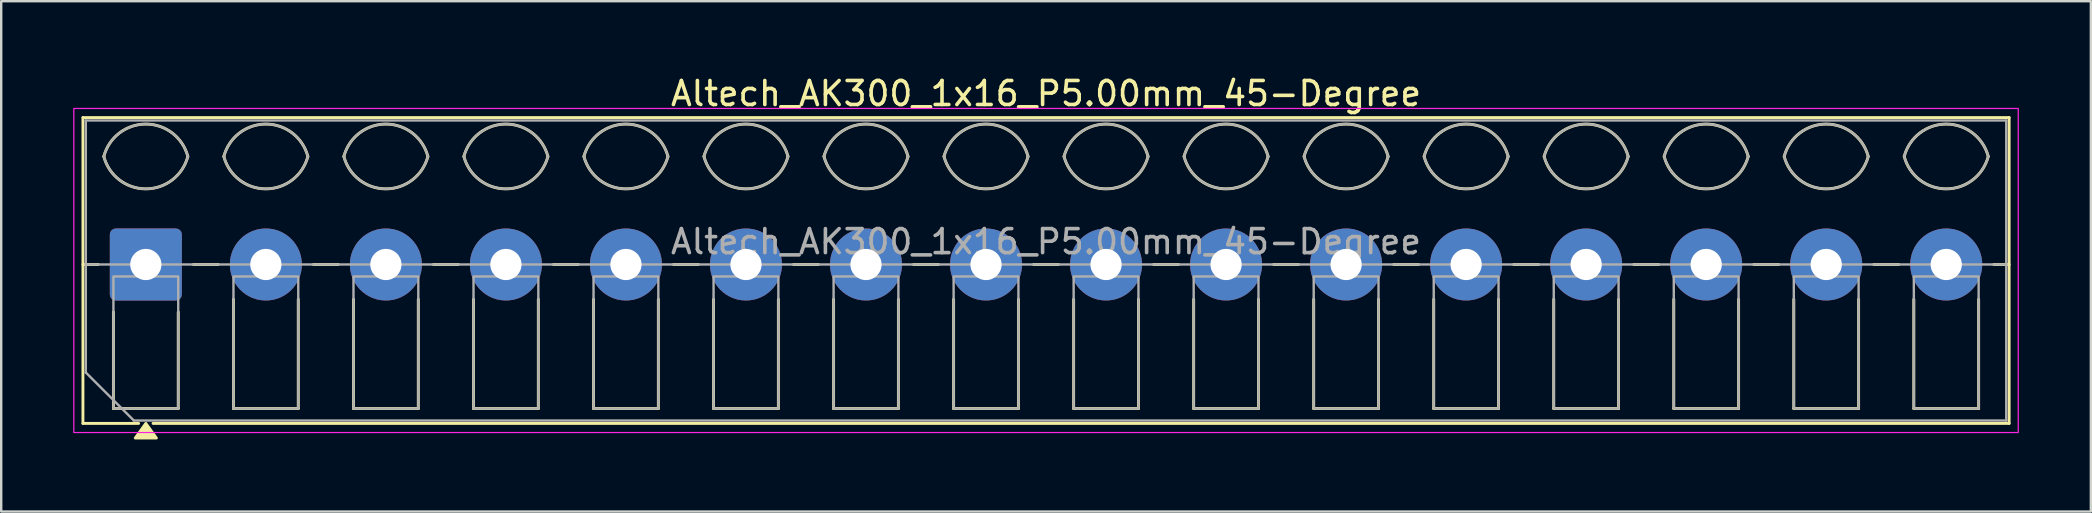
<source format=kicad_pcb>
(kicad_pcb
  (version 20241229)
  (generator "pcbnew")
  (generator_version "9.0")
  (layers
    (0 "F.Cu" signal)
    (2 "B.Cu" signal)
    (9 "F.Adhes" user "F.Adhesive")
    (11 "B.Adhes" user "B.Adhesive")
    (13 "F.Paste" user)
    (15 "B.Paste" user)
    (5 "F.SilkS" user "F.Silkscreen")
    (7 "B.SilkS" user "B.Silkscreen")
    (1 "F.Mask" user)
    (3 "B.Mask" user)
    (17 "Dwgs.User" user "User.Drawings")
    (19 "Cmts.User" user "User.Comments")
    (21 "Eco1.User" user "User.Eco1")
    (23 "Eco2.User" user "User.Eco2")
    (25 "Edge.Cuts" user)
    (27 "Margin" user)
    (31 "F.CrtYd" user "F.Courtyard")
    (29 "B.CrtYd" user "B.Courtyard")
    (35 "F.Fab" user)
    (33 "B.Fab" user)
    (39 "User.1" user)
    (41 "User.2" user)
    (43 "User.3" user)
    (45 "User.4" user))
  (footprint "Altech_AK300_1x16_P5.00mm_45-Degree"
    (layer "F.Cu")
    (at 3.025 7.968)
    (property "Reference" "Altech_AK300_1x16_P5.00mm_45-Degree" (at 37.5 -7.12 0) (layer "F.SilkS") (effects (font (size 1 1) (thickness 0.15))))
    (attr through_hole)
    (fp_line (start -2.62 -6.12) (end 77.62 -6.12) (stroke (width 0.12) (type solid)) (layer "F.SilkS"))
    (fp_line (start -2.62 0) (end -1.98 0) (stroke (width 0.12) (type solid)) (layer "F.SilkS"))
    (fp_line (start -2.62 6.62) (end -2.62 -6.12) (stroke (width 0.12) (type solid)) (layer "F.SilkS"))
    (fp_line (start -1.35 6) (end -1.35 1.98) (stroke (width 0.12) (type solid)) (layer "F.SilkS"))
    (fp_line (start -0.3 6.62) (end -2.62 6.62) (stroke (width 0.12) (type solid)) (layer "F.SilkS"))
    (fp_line (start 1.35 1.98) (end 1.35 6) (stroke (width 0.12) (type solid)) (layer "F.SilkS"))
    (fp_line (start 1.35 6) (end -1.35 6) (stroke (width 0.12) (type solid)) (layer "F.SilkS"))
    (fp_line (start 1.98 0) (end 3.02 0) (stroke (width 0.12) (type solid)) (layer "F.SilkS"))
    (fp_line (start 3.65 6) (end 3.65 1.448) (stroke (width 0.12) (type solid)) (layer "F.SilkS"))
    (fp_line (start 6.35 1.448) (end 6.35 6) (stroke (width 0.12) (type solid)) (layer "F.SilkS"))
    (fp_line (start 6.35 6) (end 3.65 6) (stroke (width 0.12) (type solid)) (layer "F.SilkS"))
    (fp_line (start 6.98 0) (end 8.02 0) (stroke (width 0.12) (type solid)) (layer "F.SilkS"))
    (fp_line (start 8.65 6) (end 8.65 1.448) (stroke (width 0.12) (type solid)) (layer "F.SilkS"))
    (fp_line (start 11.35 1.448) (end 11.35 6) (stroke (width 0.12) (type solid)) (layer "F.SilkS"))
    (fp_line (start 11.35 6) (end 8.65 6) (stroke (width 0.12) (type solid)) (layer "F.SilkS"))
    (fp_line (start 11.98 0) (end 13.02 0) (stroke (width 0.12) (type solid)) (layer "F.SilkS"))
    (fp_line (start 13.65 6) (end 13.65 1.448) (stroke (width 0.12) (type solid)) (layer "F.SilkS"))
    (fp_line (start 16.35 1.448) (end 16.35 6) (stroke (width 0.12) (type solid)) (layer "F.SilkS"))
    (fp_line (start 16.35 6) (end 13.65 6) (stroke (width 0.12) (type solid)) (layer "F.SilkS"))
    (fp_line (start 16.98 0) (end 18.02 0) (stroke (width 0.12) (type solid)) (layer "F.SilkS"))
    (fp_line (start 18.65 6) (end 18.65 1.448) (stroke (width 0.12) (type solid)) (layer "F.SilkS"))
    (fp_line (start 21.35 1.448) (end 21.35 6) (stroke (width 0.12) (type solid)) (layer "F.SilkS"))
    (fp_line (start 21.35 6) (end 18.65 6) (stroke (width 0.12) (type solid)) (layer "F.SilkS"))
    (fp_line (start 21.98 0) (end 23.02 0) (stroke (width 0.12) (type solid)) (layer "F.SilkS"))
    (fp_line (start 23.65 6) (end 23.65 1.448) (stroke (width 0.12) (type solid)) (layer "F.SilkS"))
    (fp_line (start 26.35 1.448) (end 26.35 6) (stroke (width 0.12) (type solid)) (layer "F.SilkS"))
    (fp_line (start 26.35 6) (end 23.65 6) (stroke (width 0.12) (type solid)) (layer "F.SilkS"))
    (fp_line (start 26.98 0) (end 28.02 0) (stroke (width 0.12) (type solid)) (layer "F.SilkS"))
    (fp_line (start 28.65 6) (end 28.65 1.448) (stroke (width 0.12) (type solid)) (layer "F.SilkS"))
    (fp_line (start 31.35 1.448) (end 31.35 6) (stroke (width 0.12) (type solid)) (layer "F.SilkS"))
    (fp_line (start 31.35 6) (end 28.65 6) (stroke (width 0.12) (type solid)) (layer "F.SilkS"))
    (fp_line (start 31.98 0) (end 33.02 0) (stroke (width 0.12) (type solid)) (layer "F.SilkS"))
    (fp_line (start 33.65 6) (end 33.65 1.448) (stroke (width 0.12) (type solid)) (layer "F.SilkS"))
    (fp_line (start 36.35 1.448) (end 36.35 6) (stroke (width 0.12) (type solid)) (layer "F.SilkS"))
    (fp_line (start 36.35 6) (end 33.65 6) (stroke (width 0.12) (type solid)) (layer "F.SilkS"))
    (fp_line (start 36.98 0) (end 38.02 0) (stroke (width 0.12) (type solid)) (layer "F.SilkS"))
    (fp_line (start 38.65 6) (end 38.65 1.448) (stroke (width 0.12) (type solid)) (layer "F.SilkS"))
    (fp_line (start 41.35 1.448) (end 41.35 6) (stroke (width 0.12) (type solid)) (layer "F.SilkS"))
    (fp_line (start 41.35 6) (end 38.65 6) (stroke (width 0.12) (type solid)) (layer "F.SilkS"))
    (fp_line (start 41.98 0) (end 43.02 0) (stroke (width 0.12) (type solid)) (layer "F.SilkS"))
    (fp_line (start 43.65 6) (end 43.65 1.448) (stroke (width 0.12) (type solid)) (layer "F.SilkS"))
    (fp_line (start 46.35 1.448) (end 46.35 6) (stroke (width 0.12) (type solid)) (layer "F.SilkS"))
    (fp_line (start 46.35 6) (end 43.65 6) (stroke (width 0.12) (type solid)) (layer "F.SilkS"))
    (fp_line (start 46.98 0) (end 48.02 0) (stroke (width 0.12) (type solid)) (layer "F.SilkS"))
    (fp_line (start 48.65 6) (end 48.65 1.448) (stroke (width 0.12) (type solid)) (layer "F.SilkS"))
    (fp_line (start 51.35 1.448) (end 51.35 6) (stroke (width 0.12) (type solid)) (layer "F.SilkS"))
    (fp_line (start 51.35 6) (end 48.65 6) (stroke (width 0.12) (type solid)) (layer "F.SilkS"))
    (fp_line (start 51.98 0) (end 53.02 0) (stroke (width 0.12) (type solid)) (layer "F.SilkS"))
    (fp_line (start 53.65 6) (end 53.65 1.448) (stroke (width 0.12) (type solid)) (layer "F.SilkS"))
    (fp_line (start 56.35 1.448) (end 56.35 6) (stroke (width 0.12) (type solid)) (layer "F.SilkS"))
    (fp_line (start 56.35 6) (end 53.65 6) (stroke (width 0.12) (type solid)) (layer "F.SilkS"))
    (fp_line (start 56.98 0) (end 58.02 0) (stroke (width 0.12) (type solid)) (layer "F.SilkS"))
    (fp_line (start 58.65 6) (end 58.65 1.448) (stroke (width 0.12) (type solid)) (layer "F.SilkS"))
    (fp_line (start 61.35 1.448) (end 61.35 6) (stroke (width 0.12) (type solid)) (layer "F.SilkS"))
    (fp_line (start 61.35 6) (end 58.65 6) (stroke (width 0.12) (type solid)) (layer "F.SilkS"))
    (fp_line (start 61.98 0) (end 63.02 0) (stroke (width 0.12) (type solid)) (layer "F.SilkS"))
    (fp_line (start 63.65 6) (end 63.65 1.448) (stroke (width 0.12) (type solid)) (layer "F.SilkS"))
    (fp_line (start 66.35 1.448) (end 66.35 6) (stroke (width 0.12) (type solid)) (layer "F.SilkS"))
    (fp_line (start 66.35 6) (end 63.65 6) (stroke (width 0.12) (type solid)) (layer "F.SilkS"))
    (fp_line (start 66.98 0) (end 68.02 0) (stroke (width 0.12) (type solid)) (layer "F.SilkS"))
    (fp_line (start 68.65 6) (end 68.65 1.448) (stroke (width 0.12) (type solid)) (layer "F.SilkS"))
    (fp_line (start 71.35 1.448) (end 71.35 6) (stroke (width 0.12) (type solid)) (layer "F.SilkS"))
    (fp_line (start 71.35 6) (end 68.65 6) (stroke (width 0.12) (type solid)) (layer "F.SilkS"))
    (fp_line (start 71.98 0) (end 73.02 0) (stroke (width 0.12) (type solid)) (layer "F.SilkS"))
    (fp_line (start 73.65 6) (end 73.65 1.448) (stroke (width 0.12) (type solid)) (layer "F.SilkS"))
    (fp_line (start 76.35 1.448) (end 76.35 6) (stroke (width 0.12) (type solid)) (layer "F.SilkS"))
    (fp_line (start 76.35 6) (end 73.65 6) (stroke (width 0.12) (type solid)) (layer "F.SilkS"))
    (fp_line (start 76.98 0) (end 77.62 0) (stroke (width 0.12) (type solid)) (layer "F.SilkS"))
    (fp_line (start 77.62 -6.12) (end 77.62 6.62) (stroke (width 0.12) (type solid)) (layer "F.SilkS"))
    (fp_line (start 77.62 6.62) (end 0.3 6.62) (stroke (width 0.12) (type solid)) (layer "F.SilkS"))
    (fp_arc (start -1.75 -4.5) (mid 0 -5.85) (end 1.75 -4.5) (stroke (width 0.12) (type solid)) (layer "F.SilkS"))
    (fp_arc (start 1.75 -4.5) (mid 0 -3.15) (end -1.75 -4.5) (stroke (width 0.12) (type solid)) (layer "F.SilkS"))
    (fp_arc (start 3.25 -4.5) (mid 5 -5.85) (end 6.75 -4.5) (stroke (width 0.12) (type solid)) (layer "F.SilkS"))
    (fp_arc (start 6.75 -4.5) (mid 5 -3.15) (end 3.25 -4.5) (stroke (width 0.12) (type solid)) (layer "F.SilkS"))
    (fp_arc (start 8.25 -4.5) (mid 10 -5.85) (end 11.75 -4.5) (stroke (width 0.12) (type solid)) (layer "F.SilkS"))
    (fp_arc (start 11.75 -4.5) (mid 10 -3.15) (end 8.25 -4.5) (stroke (width 0.12) (type solid)) (layer "F.SilkS"))
    (fp_arc (start 13.25 -4.5) (mid 15 -5.85) (end 16.75 -4.5) (stroke (width 0.12) (type solid)) (layer "F.SilkS"))
    (fp_arc (start 16.75 -4.5) (mid 15 -3.15) (end 13.25 -4.5) (stroke (width 0.12) (type solid)) (layer "F.SilkS"))
    (fp_arc (start 18.25 -4.5) (mid 20 -5.85) (end 21.75 -4.5) (stroke (width 0.12) (type solid)) (layer "F.SilkS"))
    (fp_arc (start 21.75 -4.5) (mid 20 -3.15) (end 18.25 -4.5) (stroke (width 0.12) (type solid)) (layer "F.SilkS"))
    (fp_arc (start 23.25 -4.5) (mid 25 -5.85) (end 26.75 -4.5) (stroke (width 0.12) (type solid)) (layer "F.SilkS"))
    (fp_arc (start 26.75 -4.5) (mid 25 -3.15) (end 23.25 -4.5) (stroke (width 0.12) (type solid)) (layer "F.SilkS"))
    (fp_arc (start 28.25 -4.5) (mid 30 -5.85) (end 31.75 -4.5) (stroke (width 0.12) (type solid)) (layer "F.SilkS"))
    (fp_arc (start 31.75 -4.5) (mid 30 -3.15) (end 28.25 -4.5) (stroke (width 0.12) (type solid)) (layer "F.SilkS"))
    (fp_arc (start 33.25 -4.5) (mid 35 -5.85) (end 36.75 -4.5) (stroke (width 0.12) (type solid)) (layer "F.SilkS"))
    (fp_arc (start 36.75 -4.5) (mid 35 -3.15) (end 33.25 -4.5) (stroke (width 0.12) (type solid)) (layer "F.SilkS"))
    (fp_arc (start 38.25 -4.5) (mid 40 -5.85) (end 41.75 -4.5) (stroke (width 0.12) (type solid)) (layer "F.SilkS"))
    (fp_arc (start 41.75 -4.5) (mid 40 -3.15) (end 38.25 -4.5) (stroke (width 0.12) (type solid)) (layer "F.SilkS"))
    (fp_arc (start 43.25 -4.5) (mid 45 -5.85) (end 46.75 -4.5) (stroke (width 0.12) (type solid)) (layer "F.SilkS"))
    (fp_arc (start 46.75 -4.5) (mid 45 -3.15) (end 43.25 -4.5) (stroke (width 0.12) (type solid)) (layer "F.SilkS"))
    (fp_arc (start 48.25 -4.5) (mid 50 -5.85) (end 51.75 -4.5) (stroke (width 0.12) (type solid)) (layer "F.SilkS"))
    (fp_arc (start 51.75 -4.5) (mid 50 -3.15) (end 48.25 -4.5) (stroke (width 0.12) (type solid)) (layer "F.SilkS"))
    (fp_arc (start 53.25 -4.5) (mid 55 -5.85) (end 56.75 -4.5) (stroke (width 0.12) (type solid)) (layer "F.SilkS"))
    (fp_arc (start 56.75 -4.5) (mid 55 -3.15) (end 53.25 -4.5) (stroke (width 0.12) (type solid)) (layer "F.SilkS"))
    (fp_arc (start 58.25 -4.5) (mid 60 -5.85) (end 61.75 -4.5) (stroke (width 0.12) (type solid)) (layer "F.SilkS"))
    (fp_arc (start 61.75 -4.5) (mid 60 -3.15) (end 58.25 -4.5) (stroke (width 0.12) (type solid)) (layer "F.SilkS"))
    (fp_arc (start 63.25 -4.5) (mid 65 -5.85) (end 66.75 -4.5) (stroke (width 0.12) (type solid)) (layer "F.SilkS"))
    (fp_arc (start 66.75 -4.5) (mid 65 -3.15) (end 63.25 -4.5) (stroke (width 0.12) (type solid)) (layer "F.SilkS"))
    (fp_arc (start 68.25 -4.5) (mid 70 -5.85) (end 71.75 -4.5) (stroke (width 0.12) (type solid)) (layer "F.SilkS"))
    (fp_arc (start 71.75 -4.5) (mid 70 -3.15) (end 68.25 -4.5) (stroke (width 0.12) (type solid)) (layer "F.SilkS"))
    (fp_arc (start 73.25 -4.5) (mid 75 -5.85) (end 76.75 -4.5) (stroke (width 0.12) (type solid)) (layer "F.SilkS"))
    (fp_arc (start 76.75 -4.5) (mid 75 -3.15) (end 73.25 -4.5) (stroke (width 0.12) (type solid)) (layer "F.SilkS"))
    (fp_poly (pts (xy 0 6.62) (xy 0.44 7.23) (xy -0.44 7.23)) (stroke (width 0.12) (type solid)) (fill yes) (layer "F.SilkS"))
    (fp_rect (start -3 -6.5) (end 78 7) (stroke (width 0.05) (type solid)) (fill no) (layer "F.CrtYd"))
    (fp_line (start -2.5 -6) (end 77.5 -6) (stroke (width 0.1) (type solid)) (layer "F.Fab"))
    (fp_line (start -2.5 0) (end 77.5 0) (stroke (width 0.1) (type solid)) (layer "F.Fab"))
    (fp_line (start -2.5 4.5) (end -2.5 -6) (stroke (width 0.1) (type solid)) (layer "F.Fab"))
    (fp_line (start -0.5 6.5) (end -2.5 4.5) (stroke (width 0.1) (type solid)) (layer "F.Fab"))
    (fp_line (start 77.5 -6) (end 77.5 6.5) (stroke (width 0.1) (type solid)) (layer "F.Fab"))
    (fp_line (start 77.5 6.5) (end -0.5 6.5) (stroke (width 0.1) (type solid)) (layer "F.Fab"))
    (fp_rect (start -1.35 0.5) (end 1.35 6) (stroke (width 0.1) (type solid)) (fill no) (layer "F.Fab"))
    (fp_rect (start 3.65 0.5) (end 6.35 6) (stroke (width 0.1) (type solid)) (fill no) (layer "F.Fab"))
    (fp_rect (start 8.65 0.5) (end 11.351 6) (stroke (width 0.1) (type solid)) (fill no) (layer "F.Fab"))
    (fp_rect (start 13.65 0.5) (end 16.351 6) (stroke (width 0.1) (type solid)) (fill no) (layer "F.Fab"))
    (fp_rect (start 18.65 0.5) (end 21.35 6) (stroke (width 0.1) (type solid)) (fill no) (layer "F.Fab"))
    (fp_rect (start 23.65 0.5) (end 26.35 6) (stroke (width 0.1) (type solid)) (fill no) (layer "F.Fab"))
    (fp_rect (start 28.65 0.5) (end 31.35 6) (stroke (width 0.1) (type solid)) (fill no) (layer "F.Fab"))
    (fp_rect (start 33.65 0.5) (end 36.35 6) (stroke (width 0.1) (type solid)) (fill no) (layer "F.Fab"))
    (fp_rect (start 38.65 0.5) (end 41.35 6) (stroke (width 0.1) (type solid)) (fill no) (layer "F.Fab"))
    (fp_rect (start 43.65 0.5) (end 46.35 6) (stroke (width 0.1) (type solid)) (fill no) (layer "F.Fab"))
    (fp_rect (start 48.65 0.5) (end 51.35 6) (stroke (width 0.1) (type solid)) (fill no) (layer "F.Fab"))
    (fp_rect (start 53.65 0.5) (end 56.35 6) (stroke (width 0.1) (type solid)) (fill no) (layer "F.Fab"))
    (fp_rect (start 58.65 0.5) (end 61.35 6) (stroke (width 0.1) (type solid)) (fill no) (layer "F.Fab"))
    (fp_rect (start 63.65 0.5) (end 66.35 6) (stroke (width 0.1) (type solid)) (fill no) (layer "F.Fab"))
    (fp_rect (start 68.65 0.5) (end 71.35 6) (stroke (width 0.1) (type solid)) (fill no) (layer "F.Fab"))
    (fp_rect (start 73.65 0.5) (end 76.35 6) (stroke (width 0.1) (type solid)) (fill no) (layer "F.Fab"))
    (fp_arc (start -1.75 -4.5) (mid 0 -5.85) (end 1.75 -4.5) (stroke (width 0.1) (type solid)) (layer "F.Fab"))
    (fp_arc (start 1.75 -4.5) (mid 0 -3.15) (end -1.75 -4.5) (stroke (width 0.1) (type solid)) (layer "F.Fab"))
    (fp_arc (start 3.25 -4.5) (mid 5 -5.85) (end 6.75 -4.5) (stroke (width 0.1) (type solid)) (layer "F.Fab"))
    (fp_arc (start 6.75 -4.5) (mid 5 -3.15) (end 3.25 -4.5) (stroke (width 0.1) (type solid)) (layer "F.Fab"))
    (fp_arc (start 8.25 -4.5) (mid 10 -5.85) (end 11.75 -4.5) (stroke (width 0.1) (type solid)) (layer "F.Fab"))
    (fp_arc (start 11.75 -4.5) (mid 10 -3.15) (end 8.25 -4.5) (stroke (width 0.1) (type solid)) (layer "F.Fab"))
    (fp_arc (start 13.25 -4.5) (mid 15 -5.85) (end 16.75 -4.5) (stroke (width 0.1) (type solid)) (layer "F.Fab"))
    (fp_arc (start 16.75 -4.5) (mid 15 -3.15) (end 13.25 -4.5) (stroke (width 0.1) (type solid)) (layer "F.Fab"))
    (fp_arc (start 18.25 -4.5) (mid 20 -5.85) (end 21.75 -4.5) (stroke (width 0.1) (type solid)) (layer "F.Fab"))
    (fp_arc (start 21.75 -4.5) (mid 20 -3.15) (end 18.25 -4.5) (stroke (width 0.1) (type solid)) (layer "F.Fab"))
    (fp_arc (start 23.25 -4.5) (mid 25 -5.85) (end 26.75 -4.5) (stroke (width 0.1) (type solid)) (layer "F.Fab"))
    (fp_arc (start 26.75 -4.5) (mid 25 -3.15) (end 23.25 -4.5) (stroke (width 0.1) (type solid)) (layer "F.Fab"))
    (fp_arc (start 28.25 -4.5) (mid 30 -5.85) (end 31.75 -4.5) (stroke (width 0.1) (type solid)) (layer "F.Fab"))
    (fp_arc (start 31.75 -4.5) (mid 30 -3.15) (end 28.25 -4.5) (stroke (width 0.1) (type solid)) (layer "F.Fab"))
    (fp_arc (start 33.25 -4.5) (mid 35 -5.85) (end 36.75 -4.5) (stroke (width 0.1) (type solid)) (layer "F.Fab"))
    (fp_arc (start 36.75 -4.5) (mid 35 -3.15) (end 33.25 -4.5) (stroke (width 0.1) (type solid)) (layer "F.Fab"))
    (fp_arc (start 38.25 -4.5) (mid 40 -5.85) (end 41.75 -4.5) (stroke (width 0.1) (type solid)) (layer "F.Fab"))
    (fp_arc (start 41.75 -4.5) (mid 40 -3.15) (end 38.25 -4.5) (stroke (width 0.1) (type solid)) (layer "F.Fab"))
    (fp_arc (start 43.25 -4.5) (mid 45 -5.85) (end 46.75 -4.5) (stroke (width 0.1) (type solid)) (layer "F.Fab"))
    (fp_arc (start 46.75 -4.5) (mid 45 -3.15) (end 43.25 -4.5) (stroke (width 0.1) (type solid)) (layer "F.Fab"))
    (fp_arc (start 48.25 -4.5) (mid 50 -5.85) (end 51.75 -4.5) (stroke (width 0.1) (type solid)) (layer "F.Fab"))
    (fp_arc (start 51.75 -4.5) (mid 50 -3.15) (end 48.25 -4.5) (stroke (width 0.1) (type solid)) (layer "F.Fab"))
    (fp_arc (start 53.25 -4.5) (mid 55 -5.85) (end 56.75 -4.5) (stroke (width 0.1) (type solid)) (layer "F.Fab"))
    (fp_arc (start 56.75 -4.5) (mid 55 -3.15) (end 53.25 -4.5) (stroke (width 0.1) (type solid)) (layer "F.Fab"))
    (fp_arc (start 58.25 -4.5) (mid 60 -5.85) (end 61.75 -4.5) (stroke (width 0.1) (type solid)) (layer "F.Fab"))
    (fp_arc (start 61.75 -4.5) (mid 60 -3.15) (end 58.25 -4.5) (stroke (width 0.1) (type solid)) (layer "F.Fab"))
    (fp_arc (start 63.25 -4.5) (mid 65 -5.85) (end 66.75 -4.5) (stroke (width 0.1) (type solid)) (layer "F.Fab"))
    (fp_arc (start 66.75 -4.5) (mid 65 -3.15) (end 63.25 -4.5) (stroke (width 0.1) (type solid)) (layer "F.Fab"))
    (fp_arc (start 68.25 -4.5) (mid 70 -5.85) (end 71.75 -4.5) (stroke (width 0.1) (type solid)) (layer "F.Fab"))
    (fp_arc (start 71.75 -4.5) (mid 70 -3.15) (end 68.25 -4.5) (stroke (width 0.1) (type solid)) (layer "F.Fab"))
    (fp_arc (start 73.25 -4.5) (mid 75 -5.85) (end 76.75 -4.5) (stroke (width 0.1) (type solid)) (layer "F.Fab"))
    (fp_arc (start 76.75 -4.5) (mid 75 -3.15) (end 73.25 -4.5) (stroke (width 0.1) (type solid)) (layer "F.Fab"))
    (fp_text user "${REFERENCE}" (at 37.5 -0.95 0) (layer "F.Fab") (effects (font (size 1 1) (thickness 0.15))))
    (pad "1" thru_hole roundrect (at 0 0) (size 3 3) (drill 1.3) (layers "*.Cu" "*.Mask") (roundrect_rratio 0.083))
    (pad "2" thru_hole circle (at 5 0) (size 3 3) (drill 1.3) (layers "*.Cu" "*.Mask"))
    (pad "3" thru_hole circle (at 10 0) (size 3 3) (drill 1.3) (layers "*.Cu" "*.Mask"))
    (pad "4" thru_hole circle (at 15 0) (size 3 3) (drill 1.3) (layers "*.Cu" "*.Mask"))
    (pad "5" thru_hole circle (at 20 0) (size 3 3) (drill 1.3) (layers "*.Cu" "*.Mask"))
    (pad "6" thru_hole circle (at 25 0) (size 3 3) (drill 1.3) (layers "*.Cu" "*.Mask"))
    (pad "7" thru_hole circle (at 30 0) (size 3 3) (drill 1.3) (layers "*.Cu" "*.Mask"))
    (pad "8" thru_hole circle (at 35 0) (size 3 3) (drill 1.3) (layers "*.Cu" "*.Mask"))
    (pad "9" thru_hole circle (at 40 0) (size 3 3) (drill 1.3) (layers "*.Cu" "*.Mask"))
    (pad "10" thru_hole circle (at 45 0) (size 3 3) (drill 1.3) (layers "*.Cu" "*.Mask"))
    (pad "11" thru_hole circle (at 50 0) (size 3 3) (drill 1.3) (layers "*.Cu" "*.Mask"))
    (pad "12" thru_hole circle (at 55 0) (size 3 3) (drill 1.3) (layers "*.Cu" "*.Mask"))
    (pad "13" thru_hole circle (at 60 0) (size 3 3) (drill 1.3) (layers "*.Cu" "*.Mask"))
    (pad "14" thru_hole circle (at 65 0) (size 3 3) (drill 1.3) (layers "*.Cu" "*.Mask"))
    (pad "15" thru_hole circle (at 70 0) (size 3 3) (drill 1.3) (layers "*.Cu" "*.Mask"))
    (pad "16" thru_hole circle (at 75 0) (size 3 3) (drill 1.3) (layers "*.Cu" "*.Mask")))
  (gr_rect
    (start -3 -3)
    (end 84.05 18.258)
    (stroke (width 0.1) (type default))
    (fill no)
    (layer "Edge.Cuts")))
</source>
